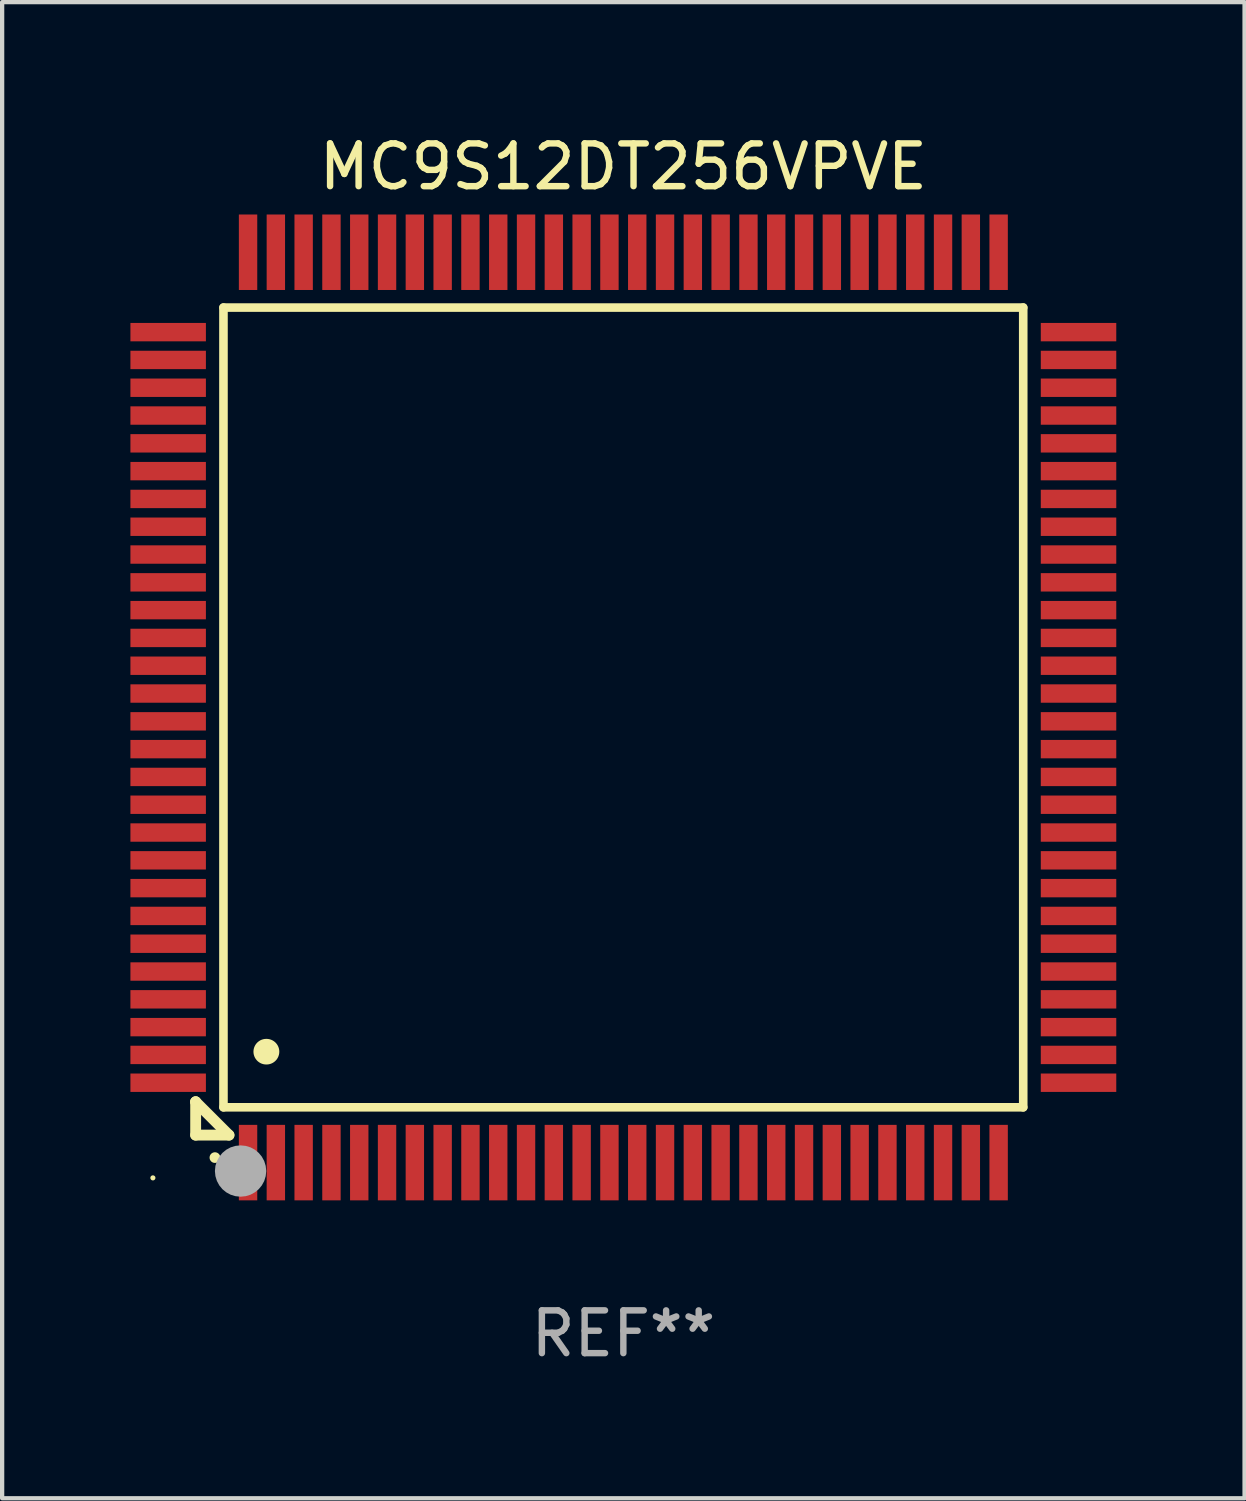
<source format=kicad_pcb>
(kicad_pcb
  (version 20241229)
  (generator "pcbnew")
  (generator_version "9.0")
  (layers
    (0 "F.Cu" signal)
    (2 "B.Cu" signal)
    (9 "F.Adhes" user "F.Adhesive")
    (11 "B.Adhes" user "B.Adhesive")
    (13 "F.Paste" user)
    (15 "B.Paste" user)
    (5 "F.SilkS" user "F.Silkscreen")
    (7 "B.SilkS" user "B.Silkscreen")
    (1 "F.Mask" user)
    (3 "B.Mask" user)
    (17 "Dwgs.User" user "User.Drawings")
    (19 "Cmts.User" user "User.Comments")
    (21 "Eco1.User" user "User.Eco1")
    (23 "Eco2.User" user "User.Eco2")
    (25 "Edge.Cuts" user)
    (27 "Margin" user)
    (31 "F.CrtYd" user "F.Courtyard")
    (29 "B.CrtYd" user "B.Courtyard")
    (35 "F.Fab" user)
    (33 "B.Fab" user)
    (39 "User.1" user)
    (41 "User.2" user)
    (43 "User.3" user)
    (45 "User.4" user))
  (footprint "MC9S12DT256VPVE"
    (layer "F.Cu")
    (at 11.525 13.491)
    (property "Reference" "MC9S12DT256VPVE" (at 0 -12.643 0) (layer "F.SilkS") (effects (font (size 1 1) (thickness 0.15))))
    (attr through_hole)
    (fp_line (start -10 9.221) (end -10 9.221) (stroke (width 0.254) (type solid)) (layer "F.SilkS"))
    (fp_line (start -10 9.221) (end -10 10) (stroke (width 0.254) (type solid)) (layer "F.SilkS"))
    (fp_line (start -10 9.221) (end -9.221 10) (stroke (width 0.254) (type solid)) (layer "F.SilkS"))
    (fp_line (start -10 10) (end -9.221 10) (stroke (width 0.254) (type solid)) (layer "F.SilkS"))
    (fp_line (start -9.35 -9.35) (end -9.35 9.35) (stroke (width 0.201) (type solid)) (layer "F.SilkS"))
    (fp_line (start -9.35 9.35) (end 9.35 9.35) (stroke (width 0.201) (type solid)) (layer "F.SilkS"))
    (fp_line (start 9.35 -9.35) (end -9.35 -9.35) (stroke (width 0.201) (type solid)) (layer "F.SilkS"))
    (fp_line (start 9.35 9.35) (end 9.35 -9.35) (stroke (width 0.201) (type solid)) (layer "F.SilkS"))
    (fp_arc (start -9.550546 10.525832) (mid -9.549276 10.525826) (end -9.548006 10.525832) (stroke (width 0.24892) (type solid)) (layer "F.SilkS"))
    (fp_arc (start -8.349124 8.049327) (mid -8.346584 8.049316) (end -8.344044 8.049327) (stroke (width 0.599441) (type solid)) (layer "F.SilkS"))
    (fp_circle (center -11 11) (end -10.97 11) (stroke (width 0.06) (type solid)) (fill no) (layer "F.SilkS"))
    (fp_circle (center -8.95 10.84) (end -8.65 10.84) (stroke (width 0.6) (type solid)) (fill no) (layer "F.Fab"))
    (fp_text user "REF**" (at 0 14.643 0) (layer "F.Fab") (effects (font (size 1 1) (thickness 0.15))))
    (pad "1" smd rect (at -8.775 10.643) (size 0.43 1.765) (layers "F.Cu" "F.Mask" "F.Paste"))
    (pad "2" smd rect (at -8.125 10.643) (size 0.43 1.765) (layers "F.Cu" "F.Mask" "F.Paste"))
    (pad "3" smd rect (at -7.475 10.643) (size 0.43 1.765) (layers "F.Cu" "F.Mask" "F.Paste"))
    (pad "4" smd rect (at -6.825 10.643) (size 0.43 1.765) (layers "F.Cu" "F.Mask" "F.Paste"))
    (pad "5" smd rect (at -6.175 10.643) (size 0.43 1.765) (layers "F.Cu" "F.Mask" "F.Paste"))
    (pad "6" smd rect (at -5.525 10.643) (size 0.43 1.765) (layers "F.Cu" "F.Mask" "F.Paste"))
    (pad "7" smd rect (at -4.875 10.643) (size 0.43 1.765) (layers "F.Cu" "F.Mask" "F.Paste"))
    (pad "8" smd rect (at -4.225 10.643) (size 0.43 1.765) (layers "F.Cu" "F.Mask" "F.Paste"))
    (pad "9" smd rect (at -3.575 10.643) (size 0.43 1.765) (layers "F.Cu" "F.Mask" "F.Paste"))
    (pad "10" smd rect (at -2.925 10.643) (size 0.43 1.765) (layers "F.Cu" "F.Mask" "F.Paste"))
    (pad "11" smd rect (at -2.275 10.643) (size 0.43 1.765) (layers "F.Cu" "F.Mask" "F.Paste"))
    (pad "12" smd rect (at -1.625 10.643) (size 0.43 1.765) (layers "F.Cu" "F.Mask" "F.Paste"))
    (pad "13" smd rect (at -0.975 10.643) (size 0.43 1.765) (layers "F.Cu" "F.Mask" "F.Paste"))
    (pad "14" smd rect (at -0.325 10.643) (size 0.43 1.765) (layers "F.Cu" "F.Mask" "F.Paste"))
    (pad "15" smd rect (at 0.325 10.643) (size 0.43 1.765) (layers "F.Cu" "F.Mask" "F.Paste"))
    (pad "16" smd rect (at 0.975 10.643) (size 0.43 1.765) (layers "F.Cu" "F.Mask" "F.Paste"))
    (pad "17" smd rect (at 1.625 10.643) (size 0.43 1.765) (layers "F.Cu" "F.Mask" "F.Paste"))
    (pad "18" smd rect (at 2.275 10.643) (size 0.43 1.765) (layers "F.Cu" "F.Mask" "F.Paste"))
    (pad "19" smd rect (at 2.925 10.643) (size 0.43 1.765) (layers "F.Cu" "F.Mask" "F.Paste"))
    (pad "20" smd rect (at 3.575 10.643) (size 0.43 1.765) (layers "F.Cu" "F.Mask" "F.Paste"))
    (pad "21" smd rect (at 4.225 10.643) (size 0.43 1.765) (layers "F.Cu" "F.Mask" "F.Paste"))
    (pad "22" smd rect (at 4.875 10.643) (size 0.43 1.765) (layers "F.Cu" "F.Mask" "F.Paste"))
    (pad "23" smd rect (at 5.525 10.643) (size 0.43 1.765) (layers "F.Cu" "F.Mask" "F.Paste"))
    (pad "24" smd rect (at 6.175 10.643) (size 0.43 1.765) (layers "F.Cu" "F.Mask" "F.Paste"))
    (pad "25" smd rect (at 6.825 10.643) (size 0.43 1.765) (layers "F.Cu" "F.Mask" "F.Paste"))
    (pad "26" smd rect (at 7.475 10.643) (size 0.43 1.765) (layers "F.Cu" "F.Mask" "F.Paste"))
    (pad "27" smd rect (at 8.125 10.643) (size 0.43 1.765) (layers "F.Cu" "F.Mask" "F.Paste"))
    (pad "28" smd rect (at 8.775 10.643) (size 0.43 1.765) (layers "F.Cu" "F.Mask" "F.Paste"))
    (pad "29" smd rect (at 10.643 8.775) (size 1.765 0.43) (layers "F.Cu" "F.Mask" "F.Paste"))
    (pad "30" smd rect (at 10.643 8.125) (size 1.765 0.43) (layers "F.Cu" "F.Mask" "F.Paste"))
    (pad "31" smd rect (at 10.643 7.475) (size 1.765 0.43) (layers "F.Cu" "F.Mask" "F.Paste"))
    (pad "32" smd rect (at 10.643 6.825) (size 1.765 0.43) (layers "F.Cu" "F.Mask" "F.Paste"))
    (pad "33" smd rect (at 10.643 6.175) (size 1.765 0.43) (layers "F.Cu" "F.Mask" "F.Paste"))
    (pad "34" smd rect (at 10.643 5.525) (size 1.765 0.43) (layers "F.Cu" "F.Mask" "F.Paste"))
    (pad "35" smd rect (at 10.643 4.875) (size 1.765 0.43) (layers "F.Cu" "F.Mask" "F.Paste"))
    (pad "36" smd rect (at 10.643 4.225) (size 1.765 0.43) (layers "F.Cu" "F.Mask" "F.Paste"))
    (pad "37" smd rect (at 10.643 3.575) (size 1.765 0.43) (layers "F.Cu" "F.Mask" "F.Paste"))
    (pad "38" smd rect (at 10.643 2.925) (size 1.765 0.43) (layers "F.Cu" "F.Mask" "F.Paste"))
    (pad "39" smd rect (at 10.643 2.275) (size 1.765 0.43) (layers "F.Cu" "F.Mask" "F.Paste"))
    (pad "40" smd rect (at 10.643 1.625) (size 1.765 0.43) (layers "F.Cu" "F.Mask" "F.Paste"))
    (pad "41" smd rect (at 10.643 0.975) (size 1.765 0.43) (layers "F.Cu" "F.Mask" "F.Paste"))
    (pad "42" smd rect (at 10.643 0.325) (size 1.765 0.43) (layers "F.Cu" "F.Mask" "F.Paste"))
    (pad "43" smd rect (at 10.643 -0.325) (size 1.765 0.43) (layers "F.Cu" "F.Mask" "F.Paste"))
    (pad "44" smd rect (at 10.643 -0.975) (size 1.765 0.43) (layers "F.Cu" "F.Mask" "F.Paste"))
    (pad "45" smd rect (at 10.643 -1.625) (size 1.765 0.43) (layers "F.Cu" "F.Mask" "F.Paste"))
    (pad "46" smd rect (at 10.643 -2.275) (size 1.765 0.43) (layers "F.Cu" "F.Mask" "F.Paste"))
    (pad "47" smd rect (at 10.643 -2.925) (size 1.765 0.43) (layers "F.Cu" "F.Mask" "F.Paste"))
    (pad "48" smd rect (at 10.643 -3.575) (size 1.765 0.43) (layers "F.Cu" "F.Mask" "F.Paste"))
    (pad "49" smd rect (at 10.643 -4.225) (size 1.765 0.43) (layers "F.Cu" "F.Mask" "F.Paste"))
    (pad "50" smd rect (at 10.643 -4.875) (size 1.765 0.43) (layers "F.Cu" "F.Mask" "F.Paste"))
    (pad "51" smd rect (at 10.643 -5.525) (size 1.765 0.43) (layers "F.Cu" "F.Mask" "F.Paste"))
    (pad "52" smd rect (at 10.643 -6.175) (size 1.765 0.43) (layers "F.Cu" "F.Mask" "F.Paste"))
    (pad "53" smd rect (at 10.643 -6.825) (size 1.765 0.43) (layers "F.Cu" "F.Mask" "F.Paste"))
    (pad "54" smd rect (at 10.643 -7.475) (size 1.765 0.43) (layers "F.Cu" "F.Mask" "F.Paste"))
    (pad "55" smd rect (at 10.643 -8.125) (size 1.765 0.43) (layers "F.Cu" "F.Mask" "F.Paste"))
    (pad "56" smd rect (at 10.643 -8.775) (size 1.765 0.43) (layers "F.Cu" "F.Mask" "F.Paste"))
    (pad "57" smd rect (at 8.775 -10.643) (size 0.43 1.765) (layers "F.Cu" "F.Mask" "F.Paste"))
    (pad "58" smd rect (at 8.125 -10.643) (size 0.43 1.765) (layers "F.Cu" "F.Mask" "F.Paste"))
    (pad "59" smd rect (at 7.475 -10.643) (size 0.43 1.765) (layers "F.Cu" "F.Mask" "F.Paste"))
    (pad "60" smd rect (at 6.825 -10.643) (size 0.43 1.765) (layers "F.Cu" "F.Mask" "F.Paste"))
    (pad "61" smd rect (at 6.175 -10.643) (size 0.43 1.765) (layers "F.Cu" "F.Mask" "F.Paste"))
    (pad "62" smd rect (at 5.525 -10.643) (size 0.43 1.765) (layers "F.Cu" "F.Mask" "F.Paste"))
    (pad "63" smd rect (at 4.875 -10.643) (size 0.43 1.765) (layers "F.Cu" "F.Mask" "F.Paste"))
    (pad "64" smd rect (at 4.225 -10.643) (size 0.43 1.765) (layers "F.Cu" "F.Mask" "F.Paste"))
    (pad "65" smd rect (at 3.575 -10.643) (size 0.43 1.765) (layers "F.Cu" "F.Mask" "F.Paste"))
    (pad "66" smd rect (at 2.925 -10.643) (size 0.43 1.765) (layers "F.Cu" "F.Mask" "F.Paste"))
    (pad "67" smd rect (at 2.275 -10.643) (size 0.43 1.765) (layers "F.Cu" "F.Mask" "F.Paste"))
    (pad "68" smd rect (at 1.625 -10.643) (size 0.43 1.765) (layers "F.Cu" "F.Mask" "F.Paste"))
    (pad "69" smd rect (at 0.975 -10.643) (size 0.43 1.765) (layers "F.Cu" "F.Mask" "F.Paste"))
    (pad "70" smd rect (at 0.325 -10.643) (size 0.43 1.765) (layers "F.Cu" "F.Mask" "F.Paste"))
    (pad "71" smd rect (at -0.325 -10.643) (size 0.43 1.765) (layers "F.Cu" "F.Mask" "F.Paste"))
    (pad "72" smd rect (at -0.975 -10.643) (size 0.43 1.765) (layers "F.Cu" "F.Mask" "F.Paste"))
    (pad "73" smd rect (at -1.625 -10.643) (size 0.43 1.765) (layers "F.Cu" "F.Mask" "F.Paste"))
    (pad "74" smd rect (at -2.275 -10.643) (size 0.43 1.765) (layers "F.Cu" "F.Mask" "F.Paste"))
    (pad "75" smd rect (at -2.925 -10.643) (size 0.43 1.765) (layers "F.Cu" "F.Mask" "F.Paste"))
    (pad "76" smd rect (at -3.575 -10.643) (size 0.43 1.765) (layers "F.Cu" "F.Mask" "F.Paste"))
    (pad "77" smd rect (at -4.225 -10.643) (size 0.43 1.765) (layers "F.Cu" "F.Mask" "F.Paste"))
    (pad "78" smd rect (at -4.875 -10.643) (size 0.43 1.765) (layers "F.Cu" "F.Mask" "F.Paste"))
    (pad "79" smd rect (at -5.525 -10.643) (size 0.43 1.765) (layers "F.Cu" "F.Mask" "F.Paste"))
    (pad "80" smd rect (at -6.175 -10.643) (size 0.43 1.765) (layers "F.Cu" "F.Mask" "F.Paste"))
    (pad "81" smd rect (at -6.825 -10.643) (size 0.43 1.765) (layers "F.Cu" "F.Mask" "F.Paste"))
    (pad "82" smd rect (at -7.475 -10.643) (size 0.43 1.765) (layers "F.Cu" "F.Mask" "F.Paste"))
    (pad "83" smd rect (at -8.125 -10.643) (size 0.43 1.765) (layers "F.Cu" "F.Mask" "F.Paste"))
    (pad "84" smd rect (at -8.775 -10.643) (size 0.43 1.765) (layers "F.Cu" "F.Mask" "F.Paste"))
    (pad "85" smd rect (at -10.643 -8.775) (size 1.765 0.43) (layers "F.Cu" "F.Mask" "F.Paste"))
    (pad "86" smd rect (at -10.643 -8.125) (size 1.765 0.43) (layers "F.Cu" "F.Mask" "F.Paste"))
    (pad "87" smd rect (at -10.643 -7.475) (size 1.765 0.43) (layers "F.Cu" "F.Mask" "F.Paste"))
    (pad "88" smd rect (at -10.643 -6.825) (size 1.765 0.43) (layers "F.Cu" "F.Mask" "F.Paste"))
    (pad "89" smd rect (at -10.643 -6.175) (size 1.765 0.43) (layers "F.Cu" "F.Mask" "F.Paste"))
    (pad "90" smd rect (at -10.643 -5.525) (size 1.765 0.43) (layers "F.Cu" "F.Mask" "F.Paste"))
    (pad "91" smd rect (at -10.643 -4.875) (size 1.765 0.43) (layers "F.Cu" "F.Mask" "F.Paste"))
    (pad "92" smd rect (at -10.643 -4.225) (size 1.765 0.43) (layers "F.Cu" "F.Mask" "F.Paste"))
    (pad "93" smd rect (at -10.643 -3.575) (size 1.765 0.43) (layers "F.Cu" "F.Mask" "F.Paste"))
    (pad "94" smd rect (at -10.643 -2.925) (size 1.765 0.43) (layers "F.Cu" "F.Mask" "F.Paste"))
    (pad "95" smd rect (at -10.643 -2.275) (size 1.765 0.43) (layers "F.Cu" "F.Mask" "F.Paste"))
    (pad "96" smd rect (at -10.643 -1.625) (size 1.765 0.43) (layers "F.Cu" "F.Mask" "F.Paste"))
    (pad "97" smd rect (at -10.643 -0.975) (size 1.765 0.43) (layers "F.Cu" "F.Mask" "F.Paste"))
    (pad "98" smd rect (at -10.643 -0.325) (size 1.765 0.43) (layers "F.Cu" "F.Mask" "F.Paste"))
    (pad "99" smd rect (at -10.643 0.325) (size 1.765 0.43) (layers "F.Cu" "F.Mask" "F.Paste"))
    (pad "100" smd rect (at -10.643 0.975) (size 1.765 0.43) (layers "F.Cu" "F.Mask" "F.Paste"))
    (pad "101" smd rect (at -10.643 1.625) (size 1.765 0.43) (layers "F.Cu" "F.Mask" "F.Paste"))
    (pad "102" smd rect (at -10.643 2.275) (size 1.765 0.43) (layers "F.Cu" "F.Mask" "F.Paste"))
    (pad "103" smd rect (at -10.643 2.925) (size 1.765 0.43) (layers "F.Cu" "F.Mask" "F.Paste"))
    (pad "104" smd rect (at -10.643 3.575) (size 1.765 0.43) (layers "F.Cu" "F.Mask" "F.Paste"))
    (pad "105" smd rect (at -10.643 4.225) (size 1.765 0.43) (layers "F.Cu" "F.Mask" "F.Paste"))
    (pad "106" smd rect (at -10.643 4.875) (size 1.765 0.43) (layers "F.Cu" "F.Mask" "F.Paste"))
    (pad "107" smd rect (at -10.643 5.525) (size 1.765 0.43) (layers "F.Cu" "F.Mask" "F.Paste"))
    (pad "108" smd rect (at -10.643 6.175) (size 1.765 0.43) (layers "F.Cu" "F.Mask" "F.Paste"))
    (pad "109" smd rect (at -10.643 6.825) (size 1.765 0.43) (layers "F.Cu" "F.Mask" "F.Paste"))
    (pad "110" smd rect (at -10.643 7.475) (size 1.765 0.43) (layers "F.Cu" "F.Mask" "F.Paste"))
    (pad "111" smd rect (at -10.643 8.125) (size 1.765 0.43) (layers "F.Cu" "F.Mask" "F.Paste"))
    (pad "112" smd rect (at -10.643 8.775) (size 1.765 0.43) (layers "F.Cu" "F.Mask" "F.Paste")))
  (gr_rect
    (start -3 -3)
    (end 26.05 31.982)
    (stroke (width 0.1) (type default))
    (fill no)
    (layer "Edge.Cuts")))
</source>
